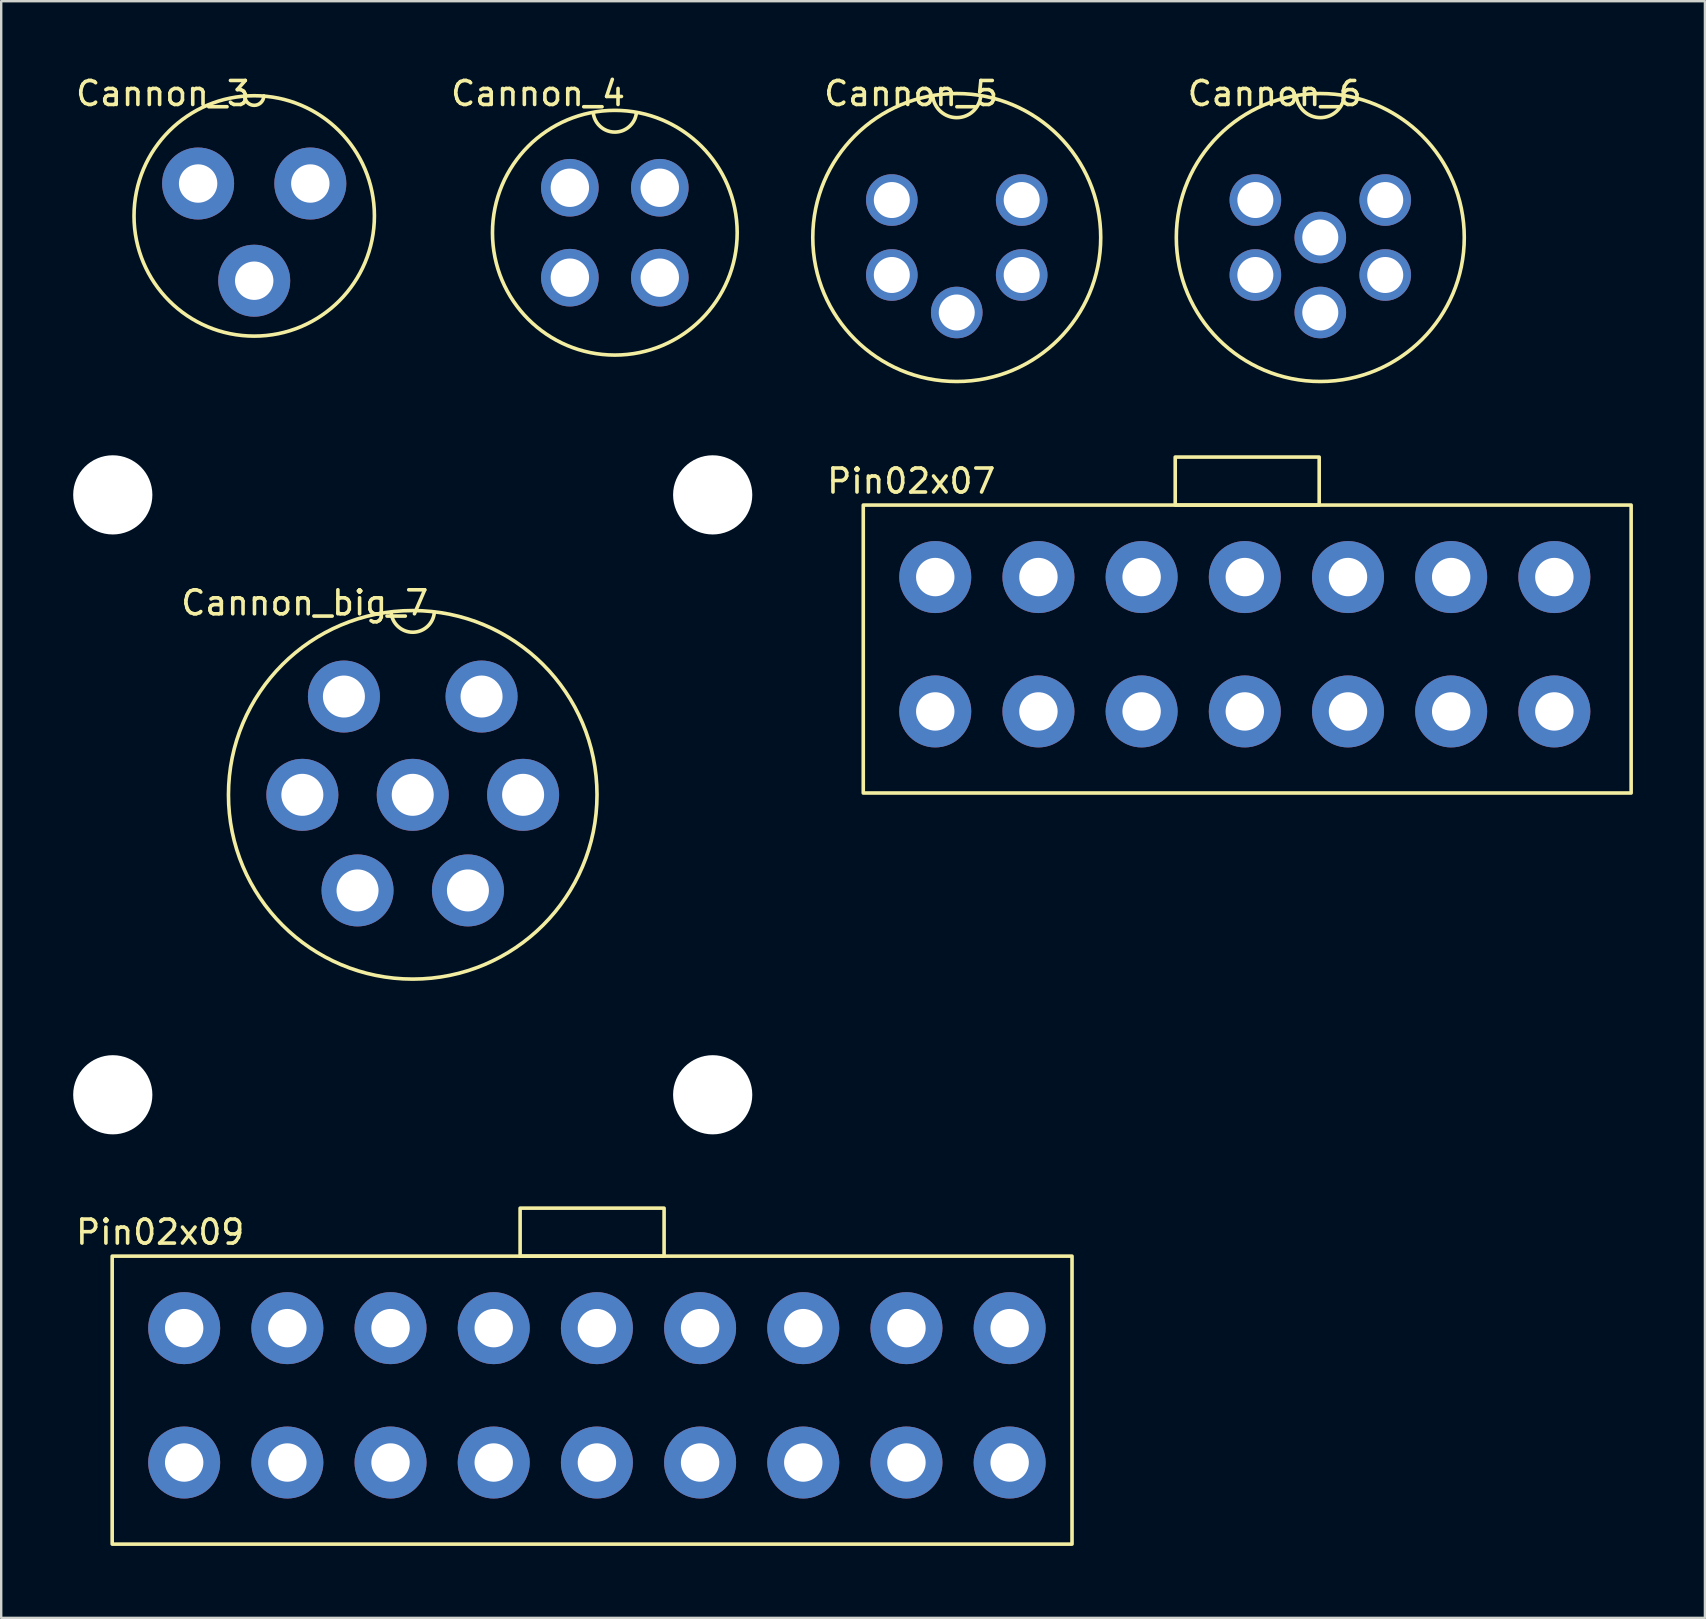
<source format=kicad_pcb>
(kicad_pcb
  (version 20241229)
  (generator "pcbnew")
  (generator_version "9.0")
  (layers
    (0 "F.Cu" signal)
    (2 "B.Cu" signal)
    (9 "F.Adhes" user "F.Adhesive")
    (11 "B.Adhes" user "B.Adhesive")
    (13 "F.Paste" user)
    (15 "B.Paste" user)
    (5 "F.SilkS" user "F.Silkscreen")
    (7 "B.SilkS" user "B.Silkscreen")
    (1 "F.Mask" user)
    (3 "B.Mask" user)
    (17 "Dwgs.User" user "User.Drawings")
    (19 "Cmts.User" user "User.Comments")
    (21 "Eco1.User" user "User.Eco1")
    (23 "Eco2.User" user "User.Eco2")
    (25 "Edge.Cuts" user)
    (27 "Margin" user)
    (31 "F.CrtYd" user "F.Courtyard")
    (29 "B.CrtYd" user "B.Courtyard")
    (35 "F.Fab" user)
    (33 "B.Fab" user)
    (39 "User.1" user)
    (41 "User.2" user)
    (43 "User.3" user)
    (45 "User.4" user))
  (footprint "Pin02x07"
    (layer "F.Cu")
    (at 35.925 20.998)
    (property "Reference" "Pin02x07" (at -1 -4 0) (unlocked yes) (layer "F.SilkS") (effects (font (size 1 1) (thickness 0.15))))
    (attr smd)
    (fp_rect (start -3 -3) (end 29 9) (stroke (width 0.15) (type default)) (fill no) (layer "F.SilkS"))
    (fp_rect (start 10 -5) (end 16 -3) (stroke (width 0.15) (type default)) (fill no) (layer "F.SilkS"))
    (pad "1" thru_hole circle (at 0 5.6) (size 3 3) (drill 1.6) (layers "*.Cu" "*.Mask"))
    (pad "2" thru_hole circle (at 4.3 5.6) (size 3 3) (drill 1.6) (layers "*.Cu" "*.Mask"))
    (pad "3" thru_hole circle (at 8.6 5.6) (size 3 3) (drill 1.6) (layers "*.Cu" "*.Mask"))
    (pad "4" thru_hole circle (at 12.9 5.6) (size 3 3) (drill 1.6) (layers "*.Cu" "*.Mask"))
    (pad "5" thru_hole circle (at 17.2 5.6) (size 3 3) (drill 1.6) (layers "*.Cu" "*.Mask"))
    (pad "6" thru_hole circle (at 21.5 5.6) (size 3 3) (drill 1.6) (layers "*.Cu" "*.Mask"))
    (pad "7" thru_hole circle (at 25.8 5.6) (size 3 3) (drill 1.6) (layers "*.Cu" "*.Mask"))
    (pad "8" thru_hole circle (at 0 0) (size 3 3) (drill 1.6) (layers "*.Cu" "*.Mask"))
    (pad "9" thru_hole circle (at 4.3 0) (size 3 3) (drill 1.6) (layers "*.Cu" "*.Mask"))
    (pad "10" thru_hole circle (at 8.6 0) (size 3 3) (drill 1.6) (layers "*.Cu" "*.Mask"))
    (pad "11" thru_hole circle (at 12.9 0) (size 3 3) (drill 1.6) (layers "*.Cu" "*.Mask"))
    (pad "12" thru_hole circle (at 17.2 0) (size 3 3) (drill 1.6) (layers "*.Cu" "*.Mask"))
    (pad "13" thru_hole circle (at 21.5 0) (size 3 3) (drill 1.6) (layers "*.Cu" "*.Mask"))
    (pad "14" thru_hole circle (at 25.8 0) (size 3 3) (drill 1.6) (layers "*.Cu" "*.Mask")))
  (footprint "Cannon_3"
    (layer "F.Cu")
    (at 7.544 5.948)
    (property "Reference" "Cannon_3" (at -3.8 -5.1 0) (unlocked yes) (layer "F.SilkS") (effects (font (size 1 1) (thickness 0.15))))
    (attr smd)
    (fp_arc (start 0.4 -5) (mid 0 -4.60889) (end -0.4 -5) (stroke (width 0.15) (type default)) (layer "F.SilkS"))
    (fp_circle (center 0 0) (end 5 0.3) (stroke (width 0.15) (type default)) (fill no) (layer "F.SilkS"))
    (pad "1" thru_hole circle (at -2.338 -1.35) (size 3 3) (drill 1.6) (layers "*.Cu" "*.Mask"))
    (pad "2" thru_hole circle (at 0 2.7) (size 3 3) (drill 1.6) (layers "*.Cu" "*.Mask"))
    (pad "3" thru_hole circle (at 2.338 -1.35) (size 3 3) (drill 1.6) (layers "*.Cu" "*.Mask")))
  (footprint "Cannon_5"
    (layer "F.Cu")
    (at 36.821 6.848)
    (property "Reference" "Cannon_5" (at -1.9 -6 0) (unlocked yes) (layer "F.SilkS") (effects (font (size 1 1) (thickness 0.15))))
    (attr smd)
    (fp_arc (start 0.999999 -5.9) (mid 0 -4.995013) (end -0.999999 -5.9) (stroke (width 0.15) (type default)) (layer "F.SilkS"))
    (fp_circle (center 0 0) (end 6 0) (stroke (width 0.15) (type default)) (fill no) (layer "F.SilkS"))
    (pad "1" thru_hole circle (at -2.706 -1.562) (size 2.15 2.15) (drill 1.5) (layers "*.Cu" "*.Mask"))
    (pad "2" thru_hole circle (at -2.706 1.562) (size 2.15 2.15) (drill 1.5) (layers "*.Cu" "*.Mask"))
    (pad "3" thru_hole circle (at 0 3.125) (size 2.15 2.15) (drill 1.5) (layers "*.Cu" "*.Mask"))
    (pad "4" thru_hole circle (at 2.706 1.562) (size 2.15 2.15) (drill 1.5) (layers "*.Cu" "*.Mask"))
    (pad "5" thru_hole circle (at 2.706 -1.562) (size 2.15 2.15) (drill 1.5) (layers "*.Cu" "*.Mask")))
  (footprint "Pin02x09"
    (layer "F.Cu")
    (at 4.625 52.298)
    (property "Reference" "Pin02x09" (at -1 -4 0) (unlocked yes) (layer "F.SilkS") (effects (font (size 1 1) (thickness 0.15))))
    (attr smd)
    (fp_rect (start -3 -3) (end 37 9) (stroke (width 0.15) (type default)) (fill no) (layer "F.SilkS"))
    (fp_rect (start 14 -5) (end 20 -3) (stroke (width 0.15) (type default)) (fill no) (layer "F.SilkS"))
    (pad "1" thru_hole circle (at 0 5.6) (size 3 3) (drill 1.6) (layers "*.Cu" "*.Mask"))
    (pad "2" thru_hole circle (at 4.3 5.6) (size 3 3) (drill 1.6) (layers "*.Cu" "*.Mask"))
    (pad "3" thru_hole circle (at 8.6 5.6) (size 3 3) (drill 1.6) (layers "*.Cu" "*.Mask"))
    (pad "4" thru_hole circle (at 12.9 5.6) (size 3 3) (drill 1.6) (layers "*.Cu" "*.Mask"))
    (pad "5" thru_hole circle (at 17.2 5.6) (size 3 3) (drill 1.6) (layers "*.Cu" "*.Mask"))
    (pad "6" thru_hole circle (at 21.5 5.6) (size 3 3) (drill 1.6) (layers "*.Cu" "*.Mask"))
    (pad "7" thru_hole circle (at 25.8 5.6) (size 3 3) (drill 1.6) (layers "*.Cu" "*.Mask"))
    (pad "8" thru_hole circle (at 30.1 5.6) (size 3 3) (drill 1.6) (layers "*.Cu" "*.Mask"))
    (pad "9" thru_hole circle (at 34.4 5.6) (size 3 3) (drill 1.6) (layers "*.Cu" "*.Mask"))
    (pad "10" thru_hole circle (at 0 0) (size 3 3) (drill 1.6) (layers "*.Cu" "*.Mask"))
    (pad "11" thru_hole circle (at 4.3 0) (size 3 3) (drill 1.6) (layers "*.Cu" "*.Mask"))
    (pad "12" thru_hole circle (at 8.6 0) (size 3 3) (drill 1.6) (layers "*.Cu" "*.Mask"))
    (pad "13" thru_hole circle (at 12.9 0) (size 3 3) (drill 1.6) (layers "*.Cu" "*.Mask"))
    (pad "14" thru_hole circle (at 17.2 0) (size 3 3) (drill 1.6) (layers "*.Cu" "*.Mask"))
    (pad "15" thru_hole circle (at 21.5 0) (size 3 3) (drill 1.6) (layers "*.Cu" "*.Mask"))
    (pad "16" thru_hole circle (at 25.8 0) (size 3 3) (drill 1.6) (layers "*.Cu" "*.Mask"))
    (pad "17" thru_hole circle (at 30.1 0) (size 3 3) (drill 1.6) (layers "*.Cu" "*.Mask"))
    (pad "18" thru_hole circle (at 34.4 0) (size 3 3) (drill 1.6) (layers "*.Cu" "*.Mask")))
  (footprint "Cannon_big_7"
    (layer "F.Cu")
    (at 14.15 30.073)
    (property "Reference" "Cannon_big_7" (at -4.5 -8 0) (unlocked yes) (layer "F.SilkS") (effects (font (size 1 1) (thickness 0.15))))
    (attr smd)
    (fp_arc (start 0.9 -7.6) (mid 0 -6.775715) (end -0.9 -7.6) (stroke (width 0.15) (type default)) (layer "F.SilkS"))
    (fp_circle (center 0 0) (end 1.1 -7.6) (stroke (width 0.15) (type default)) (fill no) (layer "F.SilkS"))
    (pad "" np_thru_hole circle (at -12.5 -12.5) (size 3.3 3.3) (drill 3.3) (layers "*.Cu" "*.Mask"))
    (pad "" np_thru_hole circle (at -12.5 12.5) (size 3.3 3.3) (drill 3.3) (layers "*.Cu" "*.Mask"))
    (pad "" np_thru_hole circle (at 12.5 -12.5) (size 3.3 3.3) (drill 3.3) (layers "*.Cu" "*.Mask"))
    (pad "" np_thru_hole circle (at 12.5 12.5) (size 3.3 3.3) (drill 3.3) (layers "*.Cu" "*.Mask"))
    (pad "1" thru_hole circle (at -2.868 -4.096) (size 3 3) (drill 1.75) (layers "*.Cu" "*.Mask"))
    (pad "2" thru_hole circle (at -4.6 0) (size 3 3) (drill 1.75) (layers "*.Cu" "*.Mask"))
    (pad "3" thru_hole circle (at -2.3 3.984) (size 3 3) (drill 1.75) (layers "*.Cu" "*.Mask"))
    (pad "4" thru_hole circle (at 2.3 3.984) (size 3 3) (drill 1.75) (layers "*.Cu" "*.Mask"))
    (pad "5" thru_hole circle (at 4.6 0) (size 3 3) (drill 1.75) (layers "*.Cu" "*.Mask"))
    (pad "6" thru_hole circle (at 2.868 -4.096) (size 3 3) (drill 1.75) (layers "*.Cu" "*.Mask"))
    (pad "7" thru_hole circle (at 0 0) (size 3 3) (drill 1.75) (layers "*.Cu" "*.Mask")))
  (footprint "Cannon_4"
    (layer "F.Cu")
    (at 22.572 6.648)
    (property "Reference" "Cannon_4" (at -3.2 -5.8 0) (unlocked yes) (layer "F.SilkS") (effects (font (size 1 1) (thickness 0.15))))
    (attr smd)
    (fp_arc (start 0.899999 -5) (mid 0 -4.193589) (end -0.899999 -5) (stroke (width 0.15) (type default)) (layer "F.SilkS"))
    (fp_circle (center 0 0) (end 5 -1) (stroke (width 0.15) (type default)) (fill no) (layer "F.SilkS"))
    (pad "1" thru_hole circle (at -1.874 -1.874) (size 2.4 2.4) (drill 1.6) (layers "*.Cu" "*.Mask"))
    (pad "2" thru_hole circle (at -1.874 1.874) (size 2.4 2.4) (drill 1.6) (layers "*.Cu" "*.Mask"))
    (pad "3" thru_hole circle (at 1.874 1.874) (size 2.4 2.4) (drill 1.6) (layers "*.Cu" "*.Mask"))
    (pad "4" thru_hole circle (at 1.874 -1.874) (size 2.4 2.4) (drill 1.6) (layers "*.Cu" "*.Mask")))
  (footprint "Cannon_6"
    (layer "F.Cu")
    (at 51.971 6.848)
    (property "Reference" "Cannon_6" (at -1.9 -6 0) (unlocked yes) (layer "F.SilkS") (effects (font (size 1 1) (thickness 0.15))))
    (attr smd)
    (fp_arc (start 0.999999 -5.9) (mid 0 -4.995013) (end -0.999999 -5.9) (stroke (width 0.15) (type default)) (layer "F.SilkS"))
    (fp_circle (center 0 0) (end 6 0) (stroke (width 0.15) (type default)) (fill no) (layer "F.SilkS"))
    (pad "1" thru_hole circle (at -2.706 -1.562) (size 2.15 2.15) (drill 1.5) (layers "*.Cu" "*.Mask"))
    (pad "2" thru_hole circle (at -2.706 1.562) (size 2.15 2.15) (drill 1.5) (layers "*.Cu" "*.Mask"))
    (pad "3" thru_hole circle (at 0 3.125) (size 2.15 2.15) (drill 1.5) (layers "*.Cu" "*.Mask"))
    (pad "4" thru_hole circle (at 2.706 1.562) (size 2.15 2.15) (drill 1.5) (layers "*.Cu" "*.Mask"))
    (pad "5" thru_hole circle (at 2.706 -1.562) (size 2.15 2.15) (drill 1.5) (layers "*.Cu" "*.Mask"))
    (pad "6" thru_hole circle (at 0 0) (size 2.15 2.15) (drill 1.5) (layers "*.Cu" "*.Mask")))
  (gr_rect
    (start -3 -3)
    (end 68 64.373)
    (stroke (width 0.1) (type default))
    (fill no)
    (layer "Edge.Cuts")))
</source>
